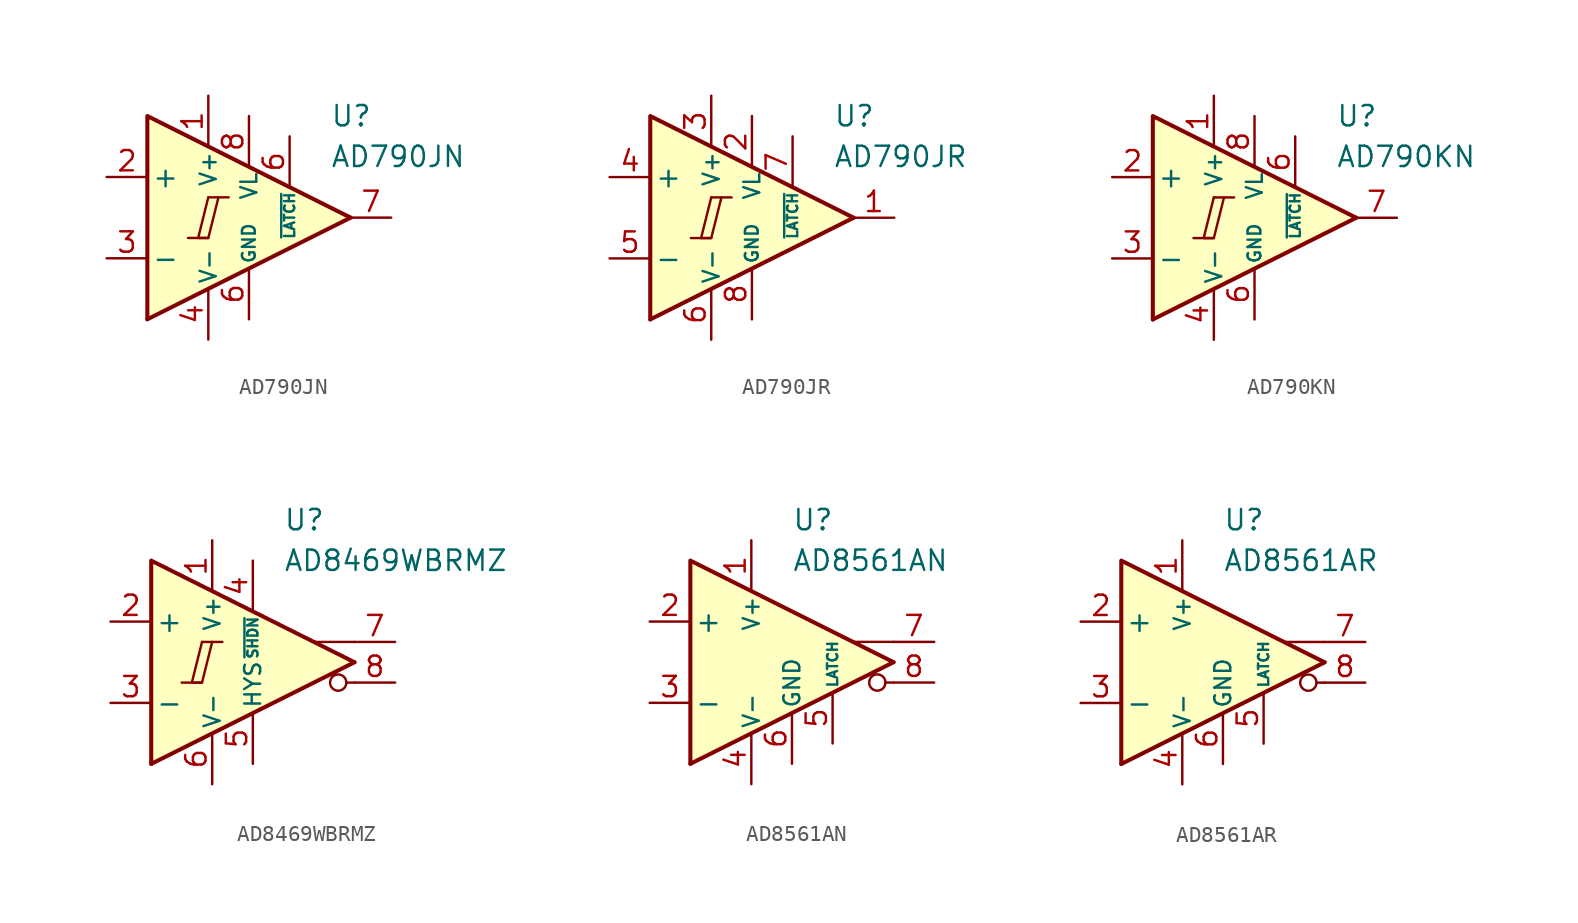
<source format=kicad_sym>
(kicad_symbol_lib
  (version 20231120)
  (generator "kicad_symbol_editor")
  (generator_version "8.0")
  (symbol "AD790JN"
    (pin_names
      (offset 0.254))
    (property "Reference" "U"
      (at 5.08 6.35 0)
      (effects (font (size 1.27 1.27)) (justify left)))
    (property "Value" "AD790JN"
      (at 5.08 3.81 0)
      (effects (font (size 1.27 1.27)) (justify left)))
    (symbol "AD790JN_0_0"
      (polyline (pts (xy -3.81 -1.27) (xy -2.54 -1.27)) (stroke (width 0.152) (type default)) (fill (type none)))
      (polyline (pts (xy -2.54 1.27) (xy -1.27 1.27)) (stroke (width 0.152) (type default)) (fill (type none)))
      (polyline (pts (xy 6.35 0) (xy -6.35 -6.35)) (stroke (width 0.254) (type default)) (fill (type none)))
      (polyline (pts (xy 6.35 0) (xy -6.35 6.35) (xy -6.35 -6.35)) (stroke (width 0.254) (type default)) (fill (type background)))
      (polyline (pts (xy -2.54 1.27) (xy -3.175 -1.27) (xy -2.54 -1.27) (xy -1.905 1.27)) (stroke (width 0.152) (type default)) (fill (type none))))
    (symbol "AD790JN_1_1"
      (pin power_in line (at -2.54 7.62 270) (length 3.18) (name "V+" (effects (font (size 1 1)))) (number "1" (effects (font (size 1.27 1.27)))))
      (pin input line (at -8.89 2.54 0) (length 2.54) (name "+" (effects (font (size 1.27 1.27)))) (number "2" (effects (font (size 1.27 1.27)))))
      (pin input line (at -8.89 -2.54 0) (length 2.54) (name "-" (effects (font (size 1.27 1.27)))) (number "3" (effects (font (size 1.27 1.27)))))
      (pin power_in line (at -2.54 -7.62 90) (length 3.18) (name "V-" (effects (font (size 1 1)))) (number "4" (effects (font (size 1.27 1.27)))))
      (pin power_in line (at 0 -6.35 90) (length 3.18) (name "GND" (effects (font (size 0.8 0.8)))) (number "6" (effects (font (size 1.27 1.27)))))
      (pin input line (at 2.54 5.08 270) (length 3.18) (name "~{LATCH}" (effects (font (size 0.635 0.635)))) (number "6" (effects (font (size 1.27 1.27)))))
      (pin output line (at 8.89 0 180) (length 2.54) (name "~" (effects (font (size 1.27 1.27)))) (number "7" (effects (font (size 1.27 1.27)))))
      (pin power_in line (at 0 6.35 270) (length 3.18) (name "VL" (effects (font (size 1 1)))) (number "8" (effects (font (size 1.27 1.27)))))))
  (symbol "AD790JR"
    (pin_names
      (offset 0.254))
    (property "Reference" "U"
      (at 5.08 6.35 0)
      (effects (font (size 1.27 1.27)) (justify left)))
    (property "Value" "AD790JR"
      (at 5.08 3.81 0)
      (effects (font (size 1.27 1.27)) (justify left)))
    (symbol "AD790JR_0_0"
      (polyline (pts (xy -3.81 -1.27) (xy -2.54 -1.27)) (stroke (width 0.152) (type default)) (fill (type none)))
      (polyline (pts (xy -2.54 1.27) (xy -1.27 1.27)) (stroke (width 0.152) (type default)) (fill (type none)))
      (polyline (pts (xy 6.35 0) (xy -6.35 -6.35)) (stroke (width 0.254) (type default)) (fill (type none)))
      (polyline (pts (xy 6.35 0) (xy -6.35 6.35) (xy -6.35 -6.35)) (stroke (width 0.254) (type default)) (fill (type background)))
      (polyline (pts (xy -2.54 1.27) (xy -3.175 -1.27) (xy -2.54 -1.27) (xy -1.905 1.27)) (stroke (width 0.152) (type default)) (fill (type none))))
    (symbol "AD790JR_1_1"
      (pin output line (at 8.89 0 180) (length 2.54) (name "~" (effects (font (size 1.27 1.27)))) (number "1" (effects (font (size 1.27 1.27)))))
      (pin power_in line (at 0 6.35 270) (length 3.18) (name "VL" (effects (font (size 1 1)))) (number "2" (effects (font (size 1.27 1.27)))))
      (pin power_in line (at -2.54 7.62 270) (length 3.18) (name "V+" (effects (font (size 1 1)))) (number "3" (effects (font (size 1.27 1.27)))))
      (pin input line (at -8.89 2.54 0) (length 2.54) (name "+" (effects (font (size 1.27 1.27)))) (number "4" (effects (font (size 1.27 1.27)))))
      (pin input line (at -8.89 -2.54 0) (length 2.54) (name "-" (effects (font (size 1.27 1.27)))) (number "5" (effects (font (size 1.27 1.27)))))
      (pin power_in line (at -2.54 -7.62 90) (length 3.18) (name "V-" (effects (font (size 1 1)))) (number "6" (effects (font (size 1.27 1.27)))))
      (pin input line (at 2.54 5.08 270) (length 3.18) (name "~{LATCH}" (effects (font (size 0.635 0.635)))) (number "7" (effects (font (size 1.27 1.27)))))
      (pin power_in line (at 0 -6.35 90) (length 3.18) (name "GND" (effects (font (size 0.8 0.8)))) (number "8" (effects (font (size 1.27 1.27)))))))
  (symbol "AD790KN"
    (pin_names
      (offset 0.254))
    (property "Reference" "U"
      (at 5.08 6.35 0)
      (effects (font (size 1.27 1.27)) (justify left)))
    (property "Value" "AD790KN"
      (at 5.08 3.81 0)
      (effects (font (size 1.27 1.27)) (justify left)))
    (symbol "AD790KN_0_0"
      (polyline (pts (xy -3.81 -1.27) (xy -2.54 -1.27)) (stroke (width 0.152) (type default)) (fill (type none)))
      (polyline (pts (xy -2.54 1.27) (xy -1.27 1.27)) (stroke (width 0.152) (type default)) (fill (type none)))
      (polyline (pts (xy 6.35 0) (xy -6.35 -6.35)) (stroke (width 0.254) (type default)) (fill (type none)))
      (polyline (pts (xy 6.35 0) (xy -6.35 6.35) (xy -6.35 -6.35)) (stroke (width 0.254) (type default)) (fill (type background)))
      (polyline (pts (xy -2.54 1.27) (xy -3.175 -1.27) (xy -2.54 -1.27) (xy -1.905 1.27)) (stroke (width 0.152) (type default)) (fill (type none))))
    (symbol "AD790KN_1_1"
      (pin power_in line (at -2.54 7.62 270) (length 3.18) (name "V+" (effects (font (size 1 1)))) (number "1" (effects (font (size 1.27 1.27)))))
      (pin input line (at -8.89 2.54 0) (length 2.54) (name "+" (effects (font (size 1.27 1.27)))) (number "2" (effects (font (size 1.27 1.27)))))
      (pin input line (at -8.89 -2.54 0) (length 2.54) (name "-" (effects (font (size 1.27 1.27)))) (number "3" (effects (font (size 1.27 1.27)))))
      (pin power_in line (at -2.54 -7.62 90) (length 3.18) (name "V-" (effects (font (size 1 1)))) (number "4" (effects (font (size 1.27 1.27)))))
      (pin power_in line (at 0 -6.35 90) (length 3.18) (name "GND" (effects (font (size 0.8 0.8)))) (number "6" (effects (font (size 1.27 1.27)))))
      (pin input line (at 2.54 5.08 270) (length 3.18) (name "~{LATCH}" (effects (font (size 0.635 0.635)))) (number "6" (effects (font (size 1.27 1.27)))))
      (pin output line (at 8.89 0 180) (length 2.54) (name "~" (effects (font (size 1.27 1.27)))) (number "7" (effects (font (size 1.27 1.27)))))
      (pin power_in line (at 0 6.35 270) (length 3.18) (name "VL" (effects (font (size 1 1)))) (number "8" (effects (font (size 1.27 1.27)))))))
  (symbol "AD8469WBRMZ"
    (pin_names
      (offset 0.254))
    (property "Reference" "U"
      (at 1.905 8.89 0)
      (effects (font (size 1.27 1.27)) (justify left)))
    (property "Value" "AD8469WBRMZ"
      (at 1.905 6.35 0)
      (effects (font (size 1.27 1.27)) (justify left)))
    (symbol "AD8469WBRMZ_0_0"
      (polyline (pts (xy -4.445 -1.27) (xy -3.175 -1.27)) (stroke (width 0.152) (type default)) (fill (type none)))
      (polyline (pts (xy -3.175 1.27) (xy -1.905 1.27)) (stroke (width 0.152) (type default)) (fill (type none)))
      (polyline (pts (xy 6.35 -1.27) (xy 5.842 -1.27)) (stroke (width 0.152) (type default)) (fill (type none)))
      (polyline (pts (xy 6.35 0) (xy -6.35 -6.35)) (stroke (width 0.254) (type default)) (fill (type none)))
      (polyline (pts (xy 6.35 1.27) (xy 3.81 1.27)) (stroke (width 0.152) (type default)) (fill (type none)))
      (polyline (pts (xy 6.35 0) (xy -6.35 6.35) (xy -6.35 -6.35)) (stroke (width 0.254) (type default)) (fill (type background)))
      (polyline (pts (xy -3.175 1.27) (xy -3.81 -1.27) (xy -3.175 -1.27) (xy -2.54 1.27)) (stroke (width 0.152) (type default)) (fill (type none)))
      (circle (center 5.334 -1.27) (radius 0.508) (stroke (width 0.152) (type default)) (fill (type none))))
    (symbol "AD8469WBRMZ_1_1"
      (pin power_in line (at -2.54 7.62 270) (length 3.18) (name "V+" (effects (font (size 1 1)))) (number "1" (effects (font (size 1.27 1.27)))))
      (pin input line (at -8.89 2.54 0) (length 2.54) (name "+" (effects (font (size 1.27 1.27)))) (number "2" (effects (font (size 1.27 1.27)))))
      (pin input line (at -8.89 -2.54 0) (length 2.54) (name "-" (effects (font (size 1.27 1.27)))) (number "3" (effects (font (size 1.27 1.27)))))
      (pin input line (at 0 6.35 270) (length 3.18) (name "~{SHDN}" (effects (font (size 0.635 0.635)))) (number "4" (effects (font (size 1.27 1.27)))))
      (pin input line (at 0 -6.35 90) (length 3.18) (name "HYS" (effects (font (size 1 1)))) (number "5" (effects (font (size 1.27 1.27)))))
      (pin power_in line (at -2.54 -7.62 90) (length 3.18) (name "V-" (effects (font (size 1 1)))) (number "6" (effects (font (size 1.27 1.27)))))
      (pin output line (at 8.89 1.27 180) (length 2.54) (name "~" (effects (font (size 1.27 1.27)))) (number "7" (effects (font (size 1.27 1.27)))))
      (pin output line (at 8.89 -1.27 180) (length 2.54) (name "~" (effects (font (size 1.27 1.27)))) (number "8" (effects (font (size 1.27 1.27)))))))
  (symbol "AD8561AN"
    (pin_names
      (offset 0.254))
    (property "Reference" "U"
      (at 0 8.89 0)
      (effects (font (size 1.27 1.27)) (justify left)))
    (property "Value" "AD8561AN"
      (at 0 6.35 0)
      (effects (font (size 1.27 1.27)) (justify left)))
    (symbol "AD8561AN_0_0"
      (polyline (pts (xy 6.35 -1.27) (xy 5.842 -1.27)) (stroke (width 0.152) (type default)) (fill (type none)))
      (polyline (pts (xy 6.35 0) (xy -6.35 -6.35)) (stroke (width 0.254) (type default)) (fill (type none)))
      (polyline (pts (xy 6.35 1.27) (xy 3.81 1.27)) (stroke (width 0.152) (type default)) (fill (type none)))
      (polyline (pts (xy 6.35 0) (xy -6.35 6.35) (xy -6.35 -6.35)) (stroke (width 0.254) (type default)) (fill (type background)))
      (circle (center 5.334 -1.27) (radius 0.508) (stroke (width 0.152) (type default)) (fill (type none))))
    (symbol "AD8561AN_1_1"
      (pin power_in line (at -2.54 7.62 270) (length 3.18) (name "V+" (effects (font (size 1 1)))) (number "1" (effects (font (size 1.27 1.27)))))
      (pin input line (at -8.89 2.54 0) (length 2.54) (name "+" (effects (font (size 1.27 1.27)))) (number "2" (effects (font (size 1.27 1.27)))))
      (pin input line (at -8.89 -2.54 0) (length 2.54) (name "-" (effects (font (size 1.27 1.27)))) (number "3" (effects (font (size 1.27 1.27)))))
      (pin power_in line (at -2.54 -7.62 90) (length 3.18) (name "V-" (effects (font (size 1 1)))) (number "4" (effects (font (size 1.27 1.27)))))
      (pin input line (at 2.54 -5.08 90) (length 3.18) (name "LATCH" (effects (font (size 0.635 0.635)))) (number "5" (effects (font (size 1.27 1.27)))))
      (pin power_in line (at 0 -6.35 90) (length 3.18) (name "GND" (effects (font (size 1 1)))) (number "6" (effects (font (size 1.27 1.27)))))
      (pin output line (at 8.89 1.27 180) (length 2.54) (name "~" (effects (font (size 1.27 1.27)))) (number "7" (effects (font (size 1.27 1.27)))))
      (pin output line (at 8.89 -1.27 180) (length 2.54) (name "~" (effects (font (size 1.27 1.27)))) (number "8" (effects (font (size 1.27 1.27)))))))
  (symbol "AD8561AR"
    (pin_names
      (offset 0.254))
    (property "Reference" "U"
      (at 0 8.89 0)
      (effects (font (size 1.27 1.27)) (justify left)))
    (property "Value" "AD8561AR"
      (at 0 6.35 0)
      (effects (font (size 1.27 1.27)) (justify left)))
    (symbol "AD8561AR_0_0"
      (polyline (pts (xy 6.35 -1.27) (xy 5.842 -1.27)) (stroke (width 0.152) (type default)) (fill (type none)))
      (polyline (pts (xy 6.35 0) (xy -6.35 -6.35)) (stroke (width 0.254) (type default)) (fill (type none)))
      (polyline (pts (xy 6.35 1.27) (xy 3.81 1.27)) (stroke (width 0.152) (type default)) (fill (type none)))
      (polyline (pts (xy 6.35 0) (xy -6.35 6.35) (xy -6.35 -6.35)) (stroke (width 0.254) (type default)) (fill (type background)))
      (circle (center 5.334 -1.27) (radius 0.508) (stroke (width 0.152) (type default)) (fill (type none))))
    (symbol "AD8561AR_1_1"
      (pin power_in line (at -2.54 7.62 270) (length 3.18) (name "V+" (effects (font (size 1 1)))) (number "1" (effects (font (size 1.27 1.27)))))
      (pin input line (at -8.89 2.54 0) (length 2.54) (name "+" (effects (font (size 1.27 1.27)))) (number "2" (effects (font (size 1.27 1.27)))))
      (pin input line (at -8.89 -2.54 0) (length 2.54) (name "-" (effects (font (size 1.27 1.27)))) (number "3" (effects (font (size 1.27 1.27)))))
      (pin power_in line (at -2.54 -7.62 90) (length 3.18) (name "V-" (effects (font (size 1 1)))) (number "4" (effects (font (size 1.27 1.27)))))
      (pin input line (at 2.54 -5.08 90) (length 3.18) (name "LATCH" (effects (font (size 0.635 0.635)))) (number "5" (effects (font (size 1.27 1.27)))))
      (pin power_in line (at 0 -6.35 90) (length 3.18) (name "GND" (effects (font (size 1 1)))) (number "6" (effects (font (size 1.27 1.27)))))
      (pin output line (at 8.89 1.27 180) (length 2.54) (name "~" (effects (font (size 1.27 1.27)))) (number "7" (effects (font (size 1.27 1.27)))))
      (pin output line (at 8.89 -1.27 180) (length 2.54) (name "~" (effects (font (size 1.27 1.27)))) (number "8" (effects (font (size 1.27 1.27))))))))
</source>
